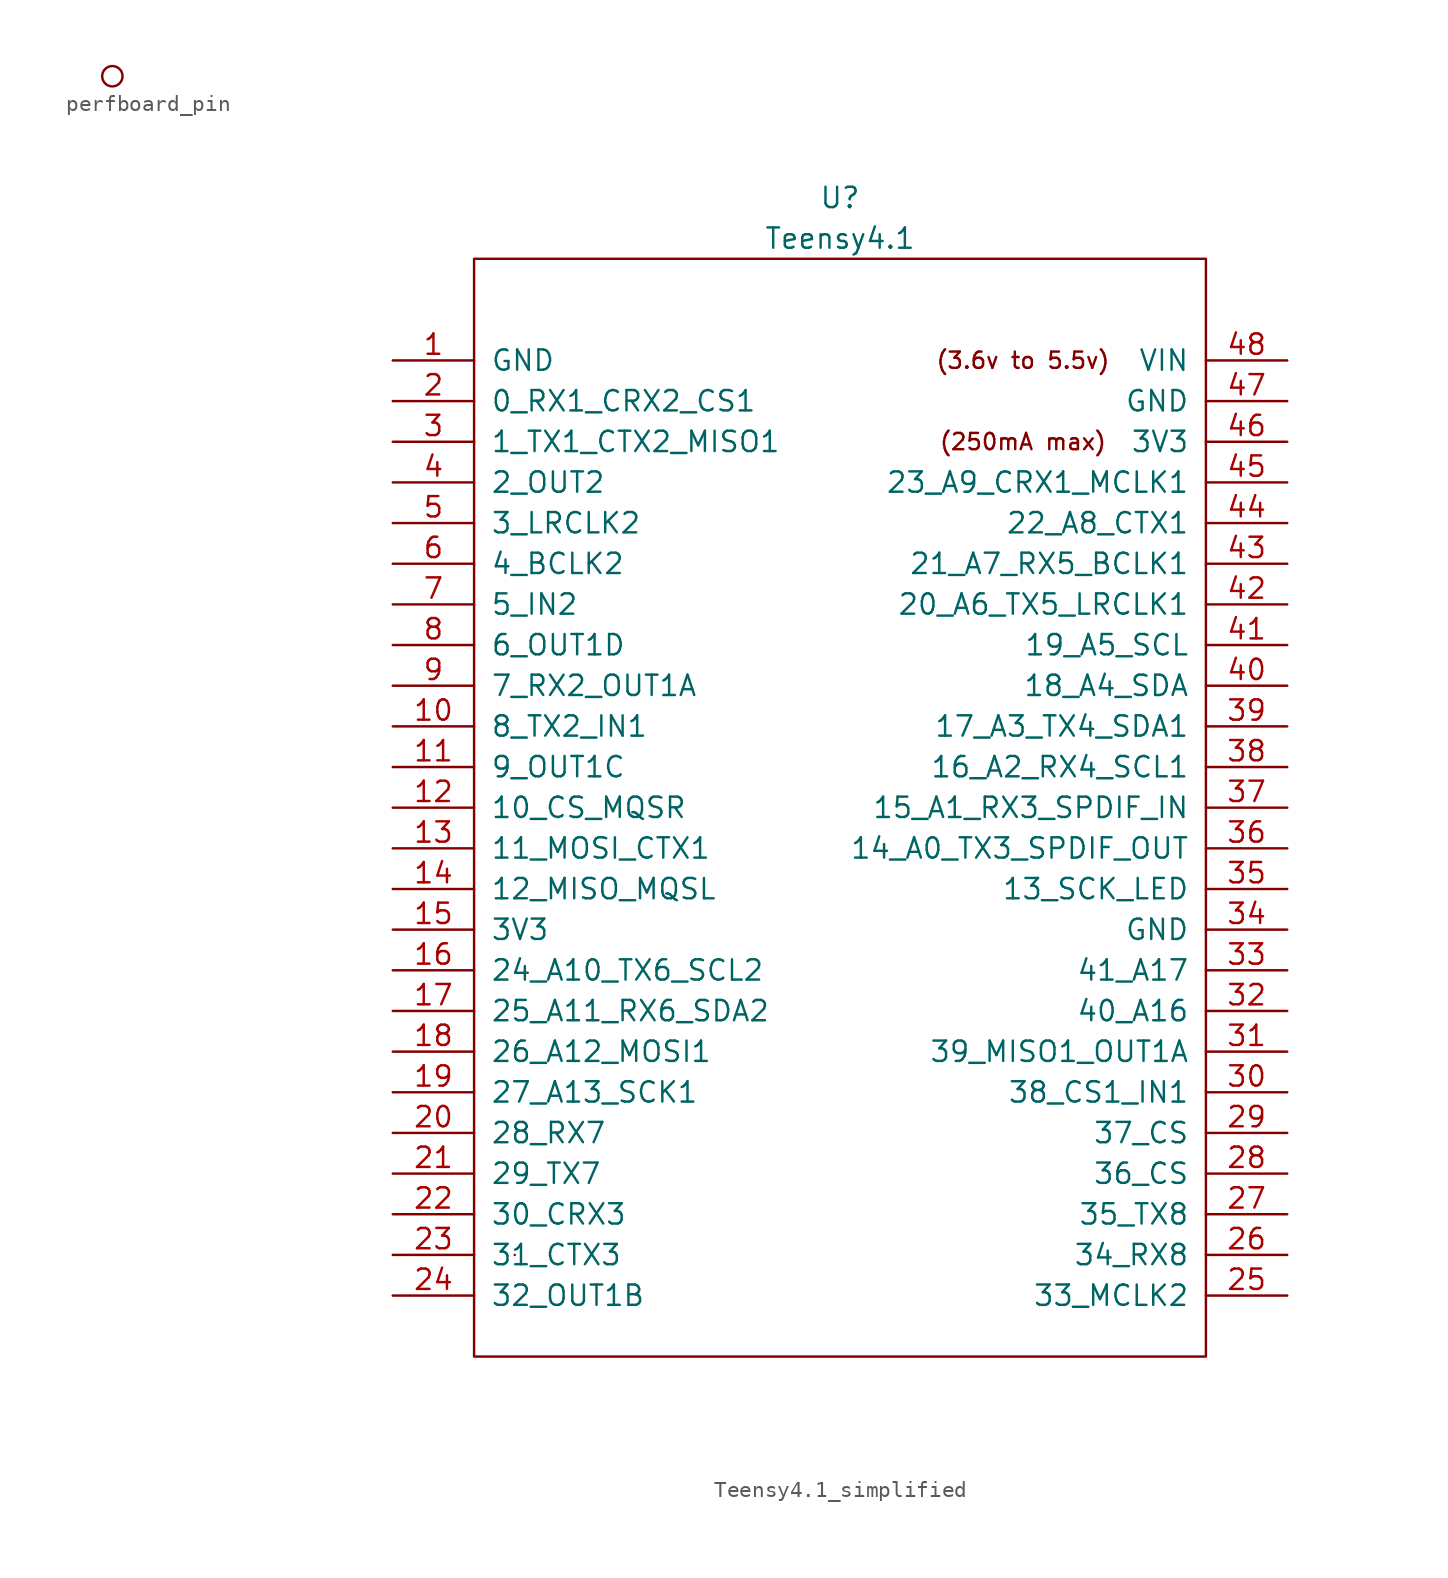
<source format=kicad_sym>
(kicad_symbol_lib
  (version 20220914)
  (generator kicad_symbol_editor)
  (symbol "perfboard_pin"
    (pin_names
      (offset 1.016) hide)
    (property "Reference" "PB"
      (at 0 2.54 0)
      (effects (font (size 1.27 1.27)) hide))
    (property "ki_locked" ""
      (at 0 0 0)
      (effects (font (size 1.27 1.27))))
    (symbol "perfboard_pin_1_1"
      (circle (center 0 0) (radius 0.635) (stroke (width 0) (type default)) (fill (type none)))
      (pin no_connect line (at 5.08 0 180) (length 3.81) hide (name "Pin_1" (effects (font (size 1.27 1.27)))) (number "1" (effects (font (size 1.27 1.27)))))))
  (symbol "Teensy4.1_simplified"
    (pin_names
      (offset 1.016))
    (property "Reference" "U"
      (at 0 64.77 0)
      (effects (font (size 1.27 1.27))))
    (property "Value" "Teensy4.1"
      (at 0 62.23 0)
      (effects (font (size 1.27 1.27))))
    (symbol "Teensy4.1_simplified_0_0"
      (text "(250mA max)" (at 11.43 49.53 0) (effects (font (size 1.016 1.016))))
      (text "(3.6v to 5.5v)" (at 11.43 54.61 0) (effects (font (size 1.016 1.016))))
      (pin bidirectional line (at -27.94 31.75 0) (length 5.08) (name "8_TX2_IN1" (effects (font (size 1.27 1.27)))) (number "10" (effects (font (size 1.27 1.27)))))
      (pin bidirectional line (at -27.94 29.21 0) (length 5.08) (name "9_OUT1C" (effects (font (size 1.27 1.27)))) (number "11" (effects (font (size 1.27 1.27)))))
      (pin bidirectional line (at -27.94 26.67 0) (length 5.08) (name "10_CS_MQSR" (effects (font (size 1.27 1.27)))) (number "12" (effects (font (size 1.27 1.27)))))
      (pin bidirectional line (at -27.94 24.13 0) (length 5.08) (name "11_MOSI_CTX1" (effects (font (size 1.27 1.27)))) (number "13" (effects (font (size 1.27 1.27)))))
      (pin bidirectional line (at -27.94 21.59 0) (length 5.08) (name "12_MISO_MQSL" (effects (font (size 1.27 1.27)))) (number "14" (effects (font (size 1.27 1.27)))))
      (pin bidirectional line (at -27.94 16.51 0) (length 5.08) (name "24_A10_TX6_SCL2" (effects (font (size 1.27 1.27)))) (number "16" (effects (font (size 1.27 1.27)))))
      (pin bidirectional line (at -27.94 13.97 0) (length 5.08) (name "25_A11_RX6_SDA2" (effects (font (size 1.27 1.27)))) (number "17" (effects (font (size 1.27 1.27)))))
      (pin bidirectional line (at -27.94 11.43 0) (length 5.08) (name "26_A12_MOSI1" (effects (font (size 1.27 1.27)))) (number "18" (effects (font (size 1.27 1.27)))))
      (pin bidirectional line (at -27.94 8.89 0) (length 5.08) (name "27_A13_SCK1" (effects (font (size 1.27 1.27)))) (number "19" (effects (font (size 1.27 1.27)))))
      (pin bidirectional line (at -27.94 6.35 0) (length 5.08) (name "28_RX7" (effects (font (size 1.27 1.27)))) (number "20" (effects (font (size 1.27 1.27)))))
      (pin bidirectional line (at -27.94 3.81 0) (length 5.08) (name "29_TX7" (effects (font (size 1.27 1.27)))) (number "21" (effects (font (size 1.27 1.27)))))
      (pin bidirectional line (at -27.94 1.27 0) (length 5.08) (name "30_CRX3" (effects (font (size 1.27 1.27)))) (number "22" (effects (font (size 1.27 1.27)))))
      (pin bidirectional line (at -27.94 -1.27 0) (length 5.08) (name "31_CTX3" (effects (font (size 1.27 1.27)))) (number "23" (effects (font (size 1.27 1.27)))))
      (pin bidirectional line (at -27.94 -3.81 0) (length 5.08) (name "32_OUT1B" (effects (font (size 1.27 1.27)))) (number "24" (effects (font (size 1.27 1.27)))))
      (pin bidirectional line (at 27.94 -3.81 180) (length 5.08) (name "33_MCLK2" (effects (font (size 1.27 1.27)))) (number "25" (effects (font (size 1.27 1.27)))))
      (pin bidirectional line (at 27.94 -1.27 180) (length 5.08) (name "34_RX8" (effects (font (size 1.27 1.27)))) (number "26" (effects (font (size 1.27 1.27)))))
      (pin bidirectional line (at 27.94 1.27 180) (length 5.08) (name "35_TX8" (effects (font (size 1.27 1.27)))) (number "27" (effects (font (size 1.27 1.27)))))
      (pin bidirectional line (at 27.94 3.81 180) (length 5.08) (name "36_CS" (effects (font (size 1.27 1.27)))) (number "28" (effects (font (size 1.27 1.27)))))
      (pin bidirectional line (at 27.94 6.35 180) (length 5.08) (name "37_CS" (effects (font (size 1.27 1.27)))) (number "29" (effects (font (size 1.27 1.27)))))
      (pin bidirectional line (at 27.94 8.89 180) (length 5.08) (name "38_CS1_IN1" (effects (font (size 1.27 1.27)))) (number "30" (effects (font (size 1.27 1.27)))))
      (pin bidirectional line (at 27.94 11.43 180) (length 5.08) (name "39_MISO1_OUT1A" (effects (font (size 1.27 1.27)))) (number "31" (effects (font (size 1.27 1.27)))))
      (pin bidirectional line (at 27.94 13.97 180) (length 5.08) (name "40_A16" (effects (font (size 1.27 1.27)))) (number "32" (effects (font (size 1.27 1.27)))))
      (pin bidirectional line (at 27.94 16.51 180) (length 5.08) (name "41_A17" (effects (font (size 1.27 1.27)))) (number "33" (effects (font (size 1.27 1.27)))))
      (pin bidirectional line (at 27.94 21.59 180) (length 5.08) (name "13_SCK_LED" (effects (font (size 1.27 1.27)))) (number "35" (effects (font (size 1.27 1.27)))))
      (pin bidirectional line (at 27.94 24.13 180) (length 5.08) (name "14_A0_TX3_SPDIF_OUT" (effects (font (size 1.27 1.27)))) (number "36" (effects (font (size 1.27 1.27)))))
      (pin bidirectional line (at 27.94 26.67 180) (length 5.08) (name "15_A1_RX3_SPDIF_IN" (effects (font (size 1.27 1.27)))) (number "37" (effects (font (size 1.27 1.27)))))
      (pin bidirectional line (at 27.94 29.21 180) (length 5.08) (name "16_A2_RX4_SCL1" (effects (font (size 1.27 1.27)))) (number "38" (effects (font (size 1.27 1.27)))))
      (pin bidirectional line (at 27.94 31.75 180) (length 5.08) (name "17_A3_TX4_SDA1" (effects (font (size 1.27 1.27)))) (number "39" (effects (font (size 1.27 1.27)))))
      (pin bidirectional line (at 27.94 34.29 180) (length 5.08) (name "18_A4_SDA" (effects (font (size 1.27 1.27)))) (number "40" (effects (font (size 1.27 1.27)))))
      (pin bidirectional line (at 27.94 36.83 180) (length 5.08) (name "19_A5_SCL" (effects (font (size 1.27 1.27)))) (number "41" (effects (font (size 1.27 1.27)))))
      (pin bidirectional line (at 27.94 39.37 180) (length 5.08) (name "20_A6_TX5_LRCLK1" (effects (font (size 1.27 1.27)))) (number "42" (effects (font (size 1.27 1.27)))))
      (pin bidirectional line (at 27.94 41.91 180) (length 5.08) (name "21_A7_RX5_BCLK1" (effects (font (size 1.27 1.27)))) (number "43" (effects (font (size 1.27 1.27)))))
      (pin bidirectional line (at 27.94 44.45 180) (length 5.08) (name "22_A8_CTX1" (effects (font (size 1.27 1.27)))) (number "44" (effects (font (size 1.27 1.27)))))
      (pin bidirectional line (at 27.94 46.99 180) (length 5.08) (name "23_A9_CRX1_MCLK1" (effects (font (size 1.27 1.27)))) (number "45" (effects (font (size 1.27 1.27)))))
      (pin power_in line (at 27.94 54.61 180) (length 5.08) (name "VIN" (effects (font (size 1.27 1.27)))) (number "48" (effects (font (size 1.27 1.27)))))
      (pin bidirectional line (at -27.94 44.45 0) (length 5.08) (name "3_LRCLK2" (effects (font (size 1.27 1.27)))) (number "5" (effects (font (size 1.27 1.27)))))
      (pin bidirectional line (at -27.94 41.91 0) (length 5.08) (name "4_BCLK2" (effects (font (size 1.27 1.27)))) (number "6" (effects (font (size 1.27 1.27)))))
      (pin bidirectional line (at -27.94 39.37 0) (length 5.08) (name "5_IN2" (effects (font (size 1.27 1.27)))) (number "7" (effects (font (size 1.27 1.27)))))
      (pin bidirectional line (at -27.94 36.83 0) (length 5.08) (name "6_OUT1D" (effects (font (size 1.27 1.27)))) (number "8" (effects (font (size 1.27 1.27)))))
      (pin bidirectional line (at -27.94 34.29 0) (length 5.08) (name "7_RX2_OUT1A" (effects (font (size 1.27 1.27)))) (number "9" (effects (font (size 1.27 1.27))))))
    (symbol "Teensy4.1_simplified_0_1"
      (rectangle (start -22.86 60.96) (end 22.86 -7.62) (stroke (width 0) (type solid)) (fill (type none)))
      (rectangle (start -20.32 -1.27) (end -20.32 -1.27) (stroke (width 0) (type solid)) (fill (type none))))
    (symbol "Teensy4.1_simplified_1_0"
      (pin power_in line (at -27.94 19.05 0) (length 5.08) (name "3V3" (effects (font (size 1.27 1.27)))) (number "15" (effects (font (size 1.27 1.27)))))
      (pin power_out line (at 27.94 49.53 180) (length 5.08) (name "3V3" (effects (font (size 1.27 1.27)))) (number "46" (effects (font (size 1.27 1.27)))))
      (pin power_in line (at 27.94 52.07 180) (length 5.08) (name "GND" (effects (font (size 1.27 1.27)))) (number "47" (effects (font (size 1.27 1.27))))))
    (symbol "Teensy4.1_simplified_1_1"
      (pin power_in line (at -27.94 54.61 0) (length 5.08) (name "GND" (effects (font (size 1.27 1.27)))) (number "1" (effects (font (size 1.27 1.27)))))
      (pin bidirectional line (at -27.94 52.07 0) (length 5.08) (name "0_RX1_CRX2_CS1" (effects (font (size 1.27 1.27)))) (number "2" (effects (font (size 1.27 1.27)))))
      (pin bidirectional line (at -27.94 49.53 0) (length 5.08) (name "1_TX1_CTX2_MISO1" (effects (font (size 1.27 1.27)))) (number "3" (effects (font (size 1.27 1.27)))))
      (pin power_in line (at 27.94 19.05 180) (length 5.08) (name "GND" (effects (font (size 1.27 1.27)))) (number "34" (effects (font (size 1.27 1.27)))))
      (pin bidirectional line (at -27.94 46.99 0) (length 5.08) (name "2_OUT2" (effects (font (size 1.27 1.27)))) (number "4" (effects (font (size 1.27 1.27))))))))
</source>
